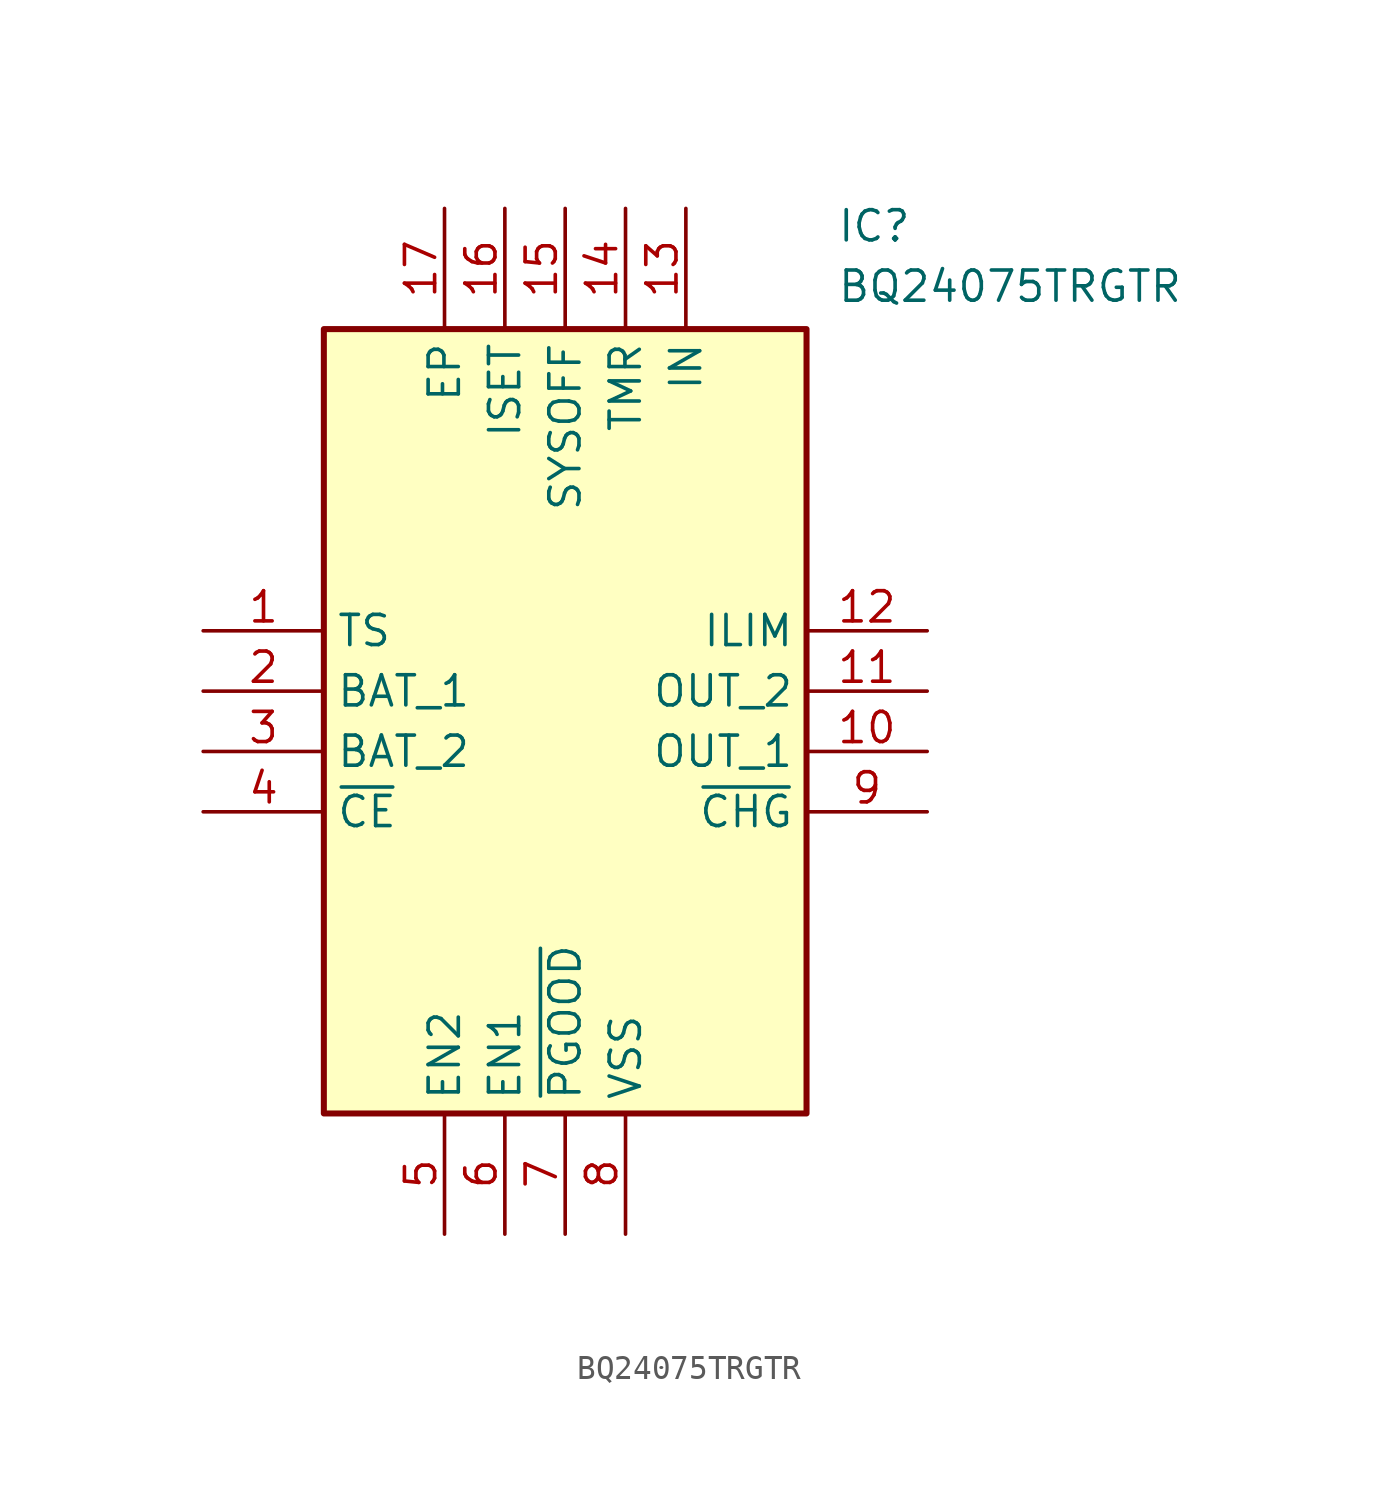
<source format=kicad_sym>
(kicad_symbol_lib
  (version 20211014)
  (generator SamacSys_ECAD_Model)
  (symbol "BQ24075TRGTR"
    (property "Reference" "IC"
      (at 26.67 17.78 0)
      (effects (font (size 1.27 1.27)) (justify left top)))
    (property "Value" "BQ24075TRGTR"
      (at 26.67 15.24 0)
      (effects (font (size 1.27 1.27)) (justify left top)))
    (rectangle
      (start 5.08 12.7)
      (end 25.4 -20.32)
      (stroke (width 0.254) (type default))
      (fill (type background)))
    (pin passive line
      (at 0 0 0)
      (length 5.08)
      (name "TS" (effects (font (size 1.27 1.27))))
      (number "1" (effects (font (size 1.27 1.27)))))
    (pin passive line
      (at 0 -2.54 0)
      (length 5.08)
      (name "BAT_1" (effects (font (size 1.27 1.27))))
      (number "2" (effects (font (size 1.27 1.27)))))
    (pin passive line
      (at 0 -5.08 0)
      (length 5.08)
      (name "BAT_2" (effects (font (size 1.27 1.27))))
      (number "3" (effects (font (size 1.27 1.27)))))
    (pin passive line
      (at 0 -7.62 0)
      (length 5.08)
      (name "~{CE}" (effects (font (size 1.27 1.27))))
      (number "4" (effects (font (size 1.27 1.27)))))
    (pin passive line
      (at 10.16 -25.4 90)
      (length 5.08)
      (name "EN2" (effects (font (size 1.27 1.27))))
      (number "5" (effects (font (size 1.27 1.27)))))
    (pin passive line
      (at 12.7 -25.4 90)
      (length 5.08)
      (name "EN1" (effects (font (size 1.27 1.27))))
      (number "6" (effects (font (size 1.27 1.27)))))
    (pin passive line
      (at 15.24 -25.4 90)
      (length 5.08)
      (name "~{PGOOD}" (effects (font (size 1.27 1.27))))
      (number "7" (effects (font (size 1.27 1.27)))))
    (pin passive line
      (at 17.78 -25.4 90)
      (length 5.08)
      (name "VSS" (effects (font (size 1.27 1.27))))
      (number "8" (effects (font (size 1.27 1.27)))))
    (pin passive line
      (at 30.48 0 180)
      (length 5.08)
      (name "ILIM" (effects (font (size 1.27 1.27))))
      (number "12" (effects (font (size 1.27 1.27)))))
    (pin passive line
      (at 30.48 -2.54 180)
      (length 5.08)
      (name "OUT_2" (effects (font (size 1.27 1.27))))
      (number "11" (effects (font (size 1.27 1.27)))))
    (pin passive line
      (at 30.48 -5.08 180)
      (length 5.08)
      (name "OUT_1" (effects (font (size 1.27 1.27))))
      (number "10" (effects (font (size 1.27 1.27)))))
    (pin passive line
      (at 30.48 -7.62 180)
      (length 5.08)
      (name "~{CHG}" (effects (font (size 1.27 1.27))))
      (number "9" (effects (font (size 1.27 1.27)))))
    (pin passive line
      (at 10.16 17.78 270)
      (length 5.08)
      (name "EP" (effects (font (size 1.27 1.27))))
      (number "17" (effects (font (size 1.27 1.27)))))
    (pin passive line
      (at 12.7 17.78 270)
      (length 5.08)
      (name "ISET" (effects (font (size 1.27 1.27))))
      (number "16" (effects (font (size 1.27 1.27)))))
    (pin passive line
      (at 15.24 17.78 270)
      (length 5.08)
      (name "SYSOFF" (effects (font (size 1.27 1.27))))
      (number "15" (effects (font (size 1.27 1.27)))))
    (pin passive line
      (at 17.78 17.78 270)
      (length 5.08)
      (name "TMR" (effects (font (size 1.27 1.27))))
      (number "14" (effects (font (size 1.27 1.27)))))
    (pin passive line
      (at 20.32 17.78 270)
      (length 5.08)
      (name "IN" (effects (font (size 1.27 1.27))))
      (number "13" (effects (font (size 1.27 1.27)))))))
</source>
